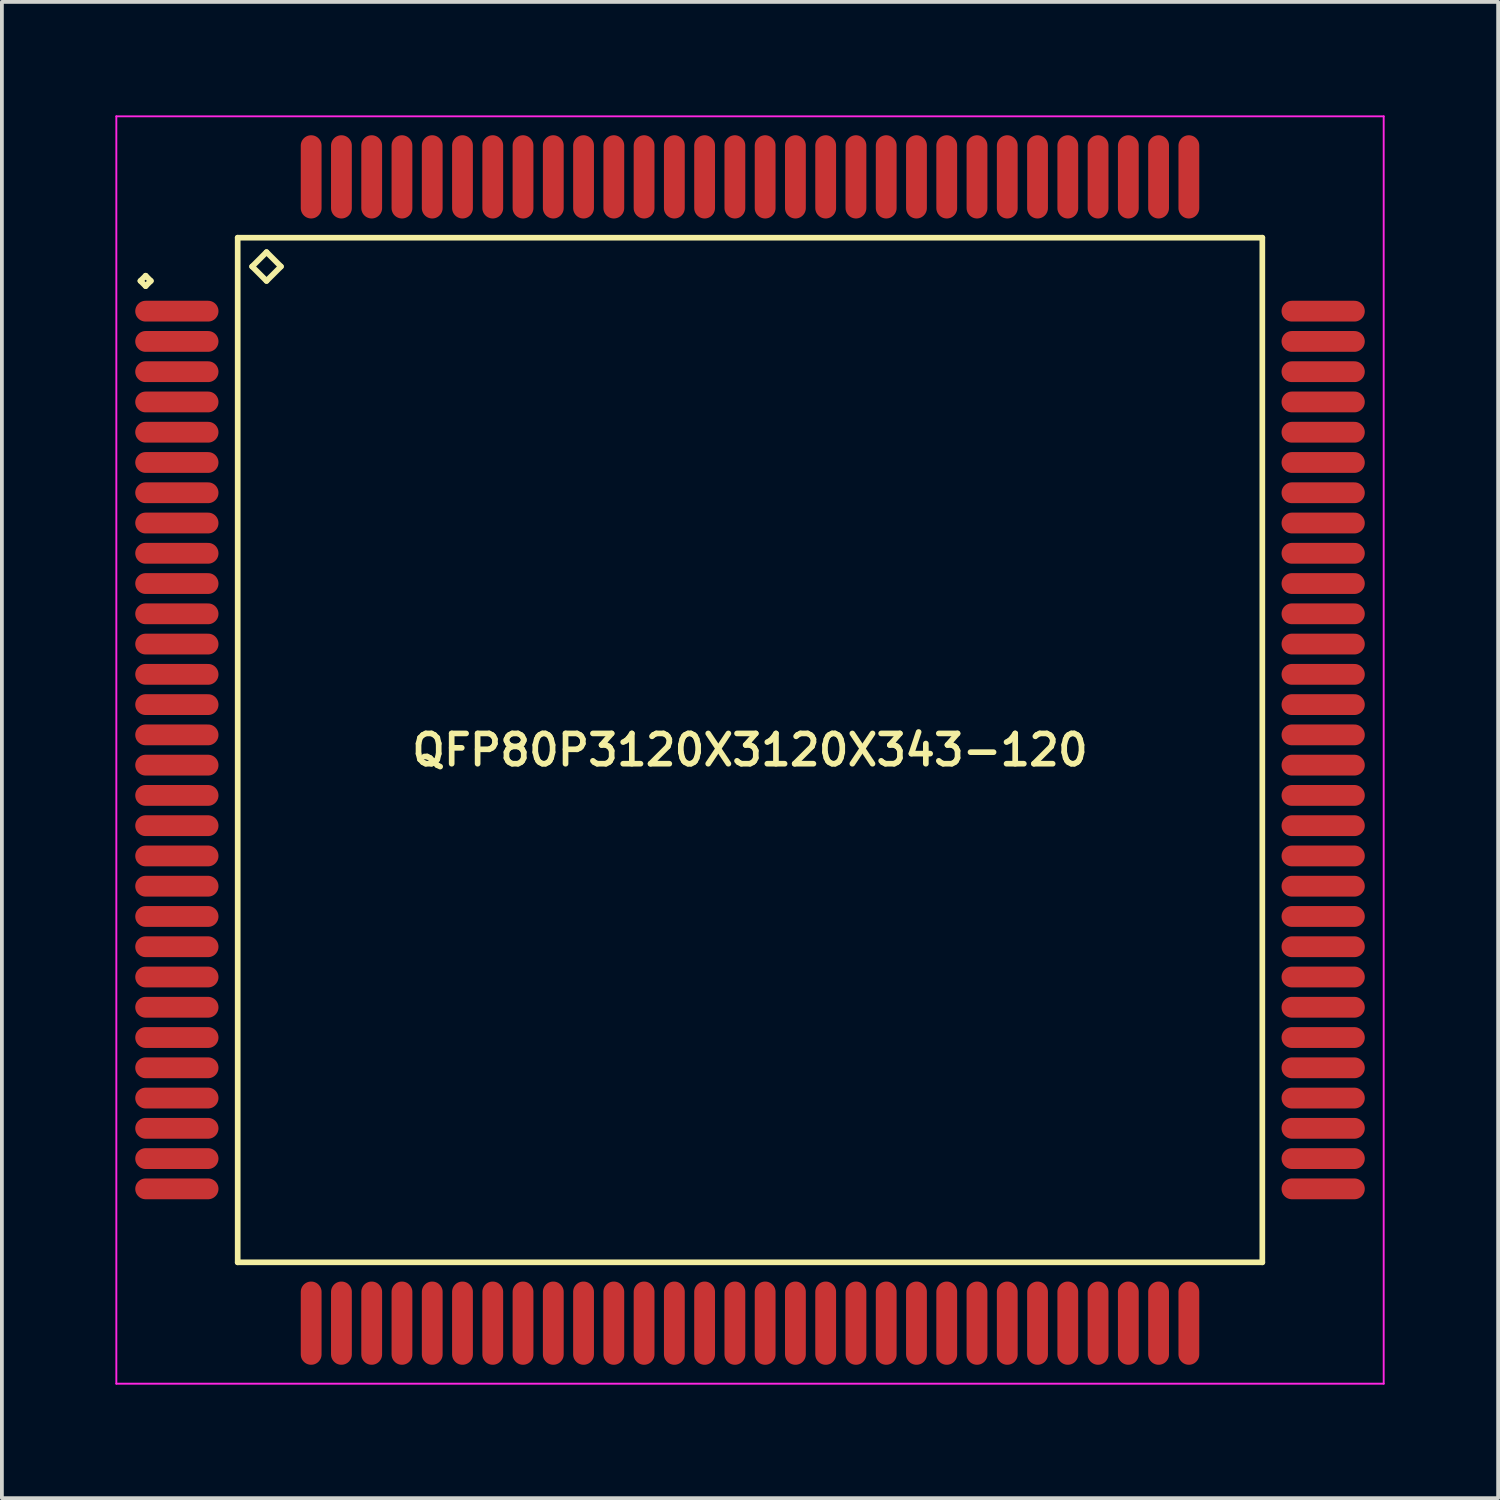
<source format=kicad_pcb>
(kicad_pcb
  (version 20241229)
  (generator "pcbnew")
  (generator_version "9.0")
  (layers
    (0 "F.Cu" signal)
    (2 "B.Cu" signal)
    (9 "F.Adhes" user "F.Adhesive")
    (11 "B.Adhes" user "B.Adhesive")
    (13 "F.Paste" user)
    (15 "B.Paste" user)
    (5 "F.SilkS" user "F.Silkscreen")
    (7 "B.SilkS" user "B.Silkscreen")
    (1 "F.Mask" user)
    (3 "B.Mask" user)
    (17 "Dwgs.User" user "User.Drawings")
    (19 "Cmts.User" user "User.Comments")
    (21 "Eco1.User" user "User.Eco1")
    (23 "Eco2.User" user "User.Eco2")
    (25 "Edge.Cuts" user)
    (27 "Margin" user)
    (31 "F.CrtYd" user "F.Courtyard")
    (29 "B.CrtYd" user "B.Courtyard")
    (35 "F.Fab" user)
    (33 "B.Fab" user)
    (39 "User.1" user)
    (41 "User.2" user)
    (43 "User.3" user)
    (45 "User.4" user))
  (footprint "QFP80P3120X3120X343-120"
    (layer "F.Cu")
    (at 16.775 16.775)
    (property "Reference" "QFP80P3120X3120X343-120" (at 0 0 0) (layer "F.SilkS") (effects (font (size 0.8 0.8) (thickness 0.15))))
    (attr smd)
    (fp_line (start -16.113 -12.4) (end -15.975 -12.537) (stroke (width 0.15) (type solid)) (layer "F.SilkS"))
    (fp_line (start -15.975 -12.537) (end -15.838 -12.4) (stroke (width 0.15) (type solid)) (layer "F.SilkS"))
    (fp_line (start -15.975 -12.262) (end -16.113 -12.4) (stroke (width 0.15) (type solid)) (layer "F.SilkS"))
    (fp_line (start -15.838 -12.4) (end -15.975 -12.262) (stroke (width 0.15) (type solid)) (layer "F.SilkS"))
    (fp_line (start -13.542 -13.542) (end -13.542 13.542) (stroke (width 0.15) (type solid)) (layer "F.SilkS"))
    (fp_line (start -13.542 13.542) (end 13.542 13.542) (stroke (width 0.15) (type solid)) (layer "F.SilkS"))
    (fp_line (start -13.161 -12.78) (end -12.78 -13.161) (stroke (width 0.15) (type solid)) (layer "F.SilkS"))
    (fp_line (start -12.78 -13.161) (end -12.399 -12.78) (stroke (width 0.15) (type solid)) (layer "F.SilkS"))
    (fp_line (start -12.78 -12.399) (end -13.161 -12.78) (stroke (width 0.15) (type solid)) (layer "F.SilkS"))
    (fp_line (start -12.399 -12.78) (end -12.78 -12.399) (stroke (width 0.15) (type solid)) (layer "F.SilkS"))
    (fp_line (start 13.542 -13.542) (end -13.542 -13.542) (stroke (width 0.15) (type solid)) (layer "F.SilkS"))
    (fp_line (start 13.542 13.542) (end 13.542 -13.542) (stroke (width 0.15) (type solid)) (layer "F.SilkS"))
    (fp_line (start -16.75 -16.75) (end 16.75 -16.75) (stroke (width 0.05) (type solid)) (layer "F.CrtYd"))
    (fp_line (start -16.75 16.75) (end -16.75 -16.75) (stroke (width 0.05) (type solid)) (layer "F.CrtYd"))
    (fp_line (start 16.75 -16.75) (end 16.75 16.75) (stroke (width 0.05) (type solid)) (layer "F.CrtYd"))
    (fp_line (start 16.75 16.75) (end -16.75 16.75) (stroke (width 0.05) (type solid)) (layer "F.CrtYd"))
    (pad "1" smd oval (at -15.15 -11.6) (size 2.2 0.55) (layers "F.Cu" "F.Mask" "F.Paste"))
    (pad "2" smd oval (at -15.15 -10.8) (size 2.2 0.55) (layers "F.Cu" "F.Mask" "F.Paste"))
    (pad "3" smd oval (at -15.15 -10) (size 2.2 0.55) (layers "F.Cu" "F.Mask" "F.Paste"))
    (pad "4" smd oval (at -15.15 -9.2) (size 2.2 0.55) (layers "F.Cu" "F.Mask" "F.Paste"))
    (pad "5" smd oval (at -15.15 -8.4) (size 2.2 0.55) (layers "F.Cu" "F.Mask" "F.Paste"))
    (pad "6" smd oval (at -15.15 -7.6) (size 2.2 0.55) (layers "F.Cu" "F.Mask" "F.Paste"))
    (pad "7" smd oval (at -15.15 -6.8) (size 2.2 0.55) (layers "F.Cu" "F.Mask" "F.Paste"))
    (pad "8" smd oval (at -15.15 -6) (size 2.2 0.55) (layers "F.Cu" "F.Mask" "F.Paste"))
    (pad "9" smd oval (at -15.15 -5.2) (size 2.2 0.55) (layers "F.Cu" "F.Mask" "F.Paste"))
    (pad "10" smd oval (at -15.15 -4.4) (size 2.2 0.55) (layers "F.Cu" "F.Mask" "F.Paste"))
    (pad "11" smd oval (at -15.15 -3.6) (size 2.2 0.55) (layers "F.Cu" "F.Mask" "F.Paste"))
    (pad "12" smd oval (at -15.15 -2.8) (size 2.2 0.55) (layers "F.Cu" "F.Mask" "F.Paste"))
    (pad "13" smd oval (at -15.15 -2) (size 2.2 0.55) (layers "F.Cu" "F.Mask" "F.Paste"))
    (pad "14" smd oval (at -15.15 -1.2) (size 2.2 0.55) (layers "F.Cu" "F.Mask" "F.Paste"))
    (pad "15" smd oval (at -15.15 -0.4) (size 2.2 0.55) (layers "F.Cu" "F.Mask" "F.Paste"))
    (pad "16" smd oval (at -15.15 0.4) (size 2.2 0.55) (layers "F.Cu" "F.Mask" "F.Paste"))
    (pad "17" smd oval (at -15.15 1.2) (size 2.2 0.55) (layers "F.Cu" "F.Mask" "F.Paste"))
    (pad "18" smd oval (at -15.15 2) (size 2.2 0.55) (layers "F.Cu" "F.Mask" "F.Paste"))
    (pad "19" smd oval (at -15.15 2.8) (size 2.2 0.55) (layers "F.Cu" "F.Mask" "F.Paste"))
    (pad "20" smd oval (at -15.15 3.6) (size 2.2 0.55) (layers "F.Cu" "F.Mask" "F.Paste"))
    (pad "21" smd oval (at -15.15 4.4) (size 2.2 0.55) (layers "F.Cu" "F.Mask" "F.Paste"))
    (pad "22" smd oval (at -15.15 5.2) (size 2.2 0.55) (layers "F.Cu" "F.Mask" "F.Paste"))
    (pad "23" smd oval (at -15.15 6) (size 2.2 0.55) (layers "F.Cu" "F.Mask" "F.Paste"))
    (pad "24" smd oval (at -15.15 6.8) (size 2.2 0.55) (layers "F.Cu" "F.Mask" "F.Paste"))
    (pad "25" smd oval (at -15.15 7.6) (size 2.2 0.55) (layers "F.Cu" "F.Mask" "F.Paste"))
    (pad "26" smd oval (at -15.15 8.4) (size 2.2 0.55) (layers "F.Cu" "F.Mask" "F.Paste"))
    (pad "27" smd oval (at -15.15 9.2) (size 2.2 0.55) (layers "F.Cu" "F.Mask" "F.Paste"))
    (pad "28" smd oval (at -15.15 10) (size 2.2 0.55) (layers "F.Cu" "F.Mask" "F.Paste"))
    (pad "29" smd oval (at -15.15 10.8) (size 2.2 0.55) (layers "F.Cu" "F.Mask" "F.Paste"))
    (pad "30" smd oval (at -15.15 11.6) (size 2.2 0.55) (layers "F.Cu" "F.Mask" "F.Paste"))
    (pad "31" smd oval (at -11.6 15.15) (size 0.55 2.2) (layers "F.Cu" "F.Mask" "F.Paste"))
    (pad "32" smd oval (at -10.8 15.15) (size 0.55 2.2) (layers "F.Cu" "F.Mask" "F.Paste"))
    (pad "33" smd oval (at -10 15.15) (size 0.55 2.2) (layers "F.Cu" "F.Mask" "F.Paste"))
    (pad "34" smd oval (at -9.2 15.15) (size 0.55 2.2) (layers "F.Cu" "F.Mask" "F.Paste"))
    (pad "35" smd oval (at -8.4 15.15) (size 0.55 2.2) (layers "F.Cu" "F.Mask" "F.Paste"))
    (pad "36" smd oval (at -7.6 15.15) (size 0.55 2.2) (layers "F.Cu" "F.Mask" "F.Paste"))
    (pad "37" smd oval (at -6.8 15.15) (size 0.55 2.2) (layers "F.Cu" "F.Mask" "F.Paste"))
    (pad "38" smd oval (at -6 15.15) (size 0.55 2.2) (layers "F.Cu" "F.Mask" "F.Paste"))
    (pad "39" smd oval (at -5.2 15.15) (size 0.55 2.2) (layers "F.Cu" "F.Mask" "F.Paste"))
    (pad "40" smd oval (at -4.4 15.15) (size 0.55 2.2) (layers "F.Cu" "F.Mask" "F.Paste"))
    (pad "41" smd oval (at -3.6 15.15) (size 0.55 2.2) (layers "F.Cu" "F.Mask" "F.Paste"))
    (pad "42" smd oval (at -2.8 15.15) (size 0.55 2.2) (layers "F.Cu" "F.Mask" "F.Paste"))
    (pad "43" smd oval (at -2 15.15) (size 0.55 2.2) (layers "F.Cu" "F.Mask" "F.Paste"))
    (pad "44" smd oval (at -1.2 15.15) (size 0.55 2.2) (layers "F.Cu" "F.Mask" "F.Paste"))
    (pad "45" smd oval (at -0.4 15.15) (size 0.55 2.2) (layers "F.Cu" "F.Mask" "F.Paste"))
    (pad "46" smd oval (at 0.4 15.15) (size 0.55 2.2) (layers "F.Cu" "F.Mask" "F.Paste"))
    (pad "47" smd oval (at 1.2 15.15) (size 0.55 2.2) (layers "F.Cu" "F.Mask" "F.Paste"))
    (pad "48" smd oval (at 2 15.15) (size 0.55 2.2) (layers "F.Cu" "F.Mask" "F.Paste"))
    (pad "49" smd oval (at 2.8 15.15) (size 0.55 2.2) (layers "F.Cu" "F.Mask" "F.Paste"))
    (pad "50" smd oval (at 3.6 15.15) (size 0.55 2.2) (layers "F.Cu" "F.Mask" "F.Paste"))
    (pad "51" smd oval (at 4.4 15.15) (size 0.55 2.2) (layers "F.Cu" "F.Mask" "F.Paste"))
    (pad "52" smd oval (at 5.2 15.15) (size 0.55 2.2) (layers "F.Cu" "F.Mask" "F.Paste"))
    (pad "53" smd oval (at 6 15.15) (size 0.55 2.2) (layers "F.Cu" "F.Mask" "F.Paste"))
    (pad "54" smd oval (at 6.8 15.15) (size 0.55 2.2) (layers "F.Cu" "F.Mask" "F.Paste"))
    (pad "55" smd oval (at 7.6 15.15) (size 0.55 2.2) (layers "F.Cu" "F.Mask" "F.Paste"))
    (pad "56" smd oval (at 8.4 15.15) (size 0.55 2.2) (layers "F.Cu" "F.Mask" "F.Paste"))
    (pad "57" smd oval (at 9.2 15.15) (size 0.55 2.2) (layers "F.Cu" "F.Mask" "F.Paste"))
    (pad "58" smd oval (at 10 15.15) (size 0.55 2.2) (layers "F.Cu" "F.Mask" "F.Paste"))
    (pad "59" smd oval (at 10.8 15.15) (size 0.55 2.2) (layers "F.Cu" "F.Mask" "F.Paste"))
    (pad "60" smd oval (at 11.6 15.15) (size 0.55 2.2) (layers "F.Cu" "F.Mask" "F.Paste"))
    (pad "61" smd oval (at 15.15 11.6) (size 2.2 0.55) (layers "F.Cu" "F.Mask" "F.Paste"))
    (pad "62" smd oval (at 15.15 10.8) (size 2.2 0.55) (layers "F.Cu" "F.Mask" "F.Paste"))
    (pad "63" smd oval (at 15.15 10) (size 2.2 0.55) (layers "F.Cu" "F.Mask" "F.Paste"))
    (pad "64" smd oval (at 15.15 9.2) (size 2.2 0.55) (layers "F.Cu" "F.Mask" "F.Paste"))
    (pad "65" smd oval (at 15.15 8.4) (size 2.2 0.55) (layers "F.Cu" "F.Mask" "F.Paste"))
    (pad "66" smd oval (at 15.15 7.6) (size 2.2 0.55) (layers "F.Cu" "F.Mask" "F.Paste"))
    (pad "67" smd oval (at 15.15 6.8) (size 2.2 0.55) (layers "F.Cu" "F.Mask" "F.Paste"))
    (pad "68" smd oval (at 15.15 6) (size 2.2 0.55) (layers "F.Cu" "F.Mask" "F.Paste"))
    (pad "69" smd oval (at 15.15 5.2) (size 2.2 0.55) (layers "F.Cu" "F.Mask" "F.Paste"))
    (pad "70" smd oval (at 15.15 4.4) (size 2.2 0.55) (layers "F.Cu" "F.Mask" "F.Paste"))
    (pad "71" smd oval (at 15.15 3.6) (size 2.2 0.55) (layers "F.Cu" "F.Mask" "F.Paste"))
    (pad "72" smd oval (at 15.15 2.8) (size 2.2 0.55) (layers "F.Cu" "F.Mask" "F.Paste"))
    (pad "73" smd oval (at 15.15 2) (size 2.2 0.55) (layers "F.Cu" "F.Mask" "F.Paste"))
    (pad "74" smd oval (at 15.15 1.2) (size 2.2 0.55) (layers "F.Cu" "F.Mask" "F.Paste"))
    (pad "75" smd oval (at 15.15 0.4) (size 2.2 0.55) (layers "F.Cu" "F.Mask" "F.Paste"))
    (pad "76" smd oval (at 15.15 -0.4) (size 2.2 0.55) (layers "F.Cu" "F.Mask" "F.Paste"))
    (pad "77" smd oval (at 15.15 -1.2) (size 2.2 0.55) (layers "F.Cu" "F.Mask" "F.Paste"))
    (pad "78" smd oval (at 15.15 -2) (size 2.2 0.55) (layers "F.Cu" "F.Mask" "F.Paste"))
    (pad "79" smd oval (at 15.15 -2.8) (size 2.2 0.55) (layers "F.Cu" "F.Mask" "F.Paste"))
    (pad "80" smd oval (at 15.15 -3.6) (size 2.2 0.55) (layers "F.Cu" "F.Mask" "F.Paste"))
    (pad "81" smd oval (at 15.15 -4.4) (size 2.2 0.55) (layers "F.Cu" "F.Mask" "F.Paste"))
    (pad "82" smd oval (at 15.15 -5.2) (size 2.2 0.55) (layers "F.Cu" "F.Mask" "F.Paste"))
    (pad "83" smd oval (at 15.15 -6) (size 2.2 0.55) (layers "F.Cu" "F.Mask" "F.Paste"))
    (pad "84" smd oval (at 15.15 -6.8) (size 2.2 0.55) (layers "F.Cu" "F.Mask" "F.Paste"))
    (pad "85" smd oval (at 15.15 -7.6) (size 2.2 0.55) (layers "F.Cu" "F.Mask" "F.Paste"))
    (pad "86" smd oval (at 15.15 -8.4) (size 2.2 0.55) (layers "F.Cu" "F.Mask" "F.Paste"))
    (pad "87" smd oval (at 15.15 -9.2) (size 2.2 0.55) (layers "F.Cu" "F.Mask" "F.Paste"))
    (pad "88" smd oval (at 15.15 -10) (size 2.2 0.55) (layers "F.Cu" "F.Mask" "F.Paste"))
    (pad "89" smd oval (at 15.15 -10.8) (size 2.2 0.55) (layers "F.Cu" "F.Mask" "F.Paste"))
    (pad "90" smd oval (at 15.15 -11.6) (size 2.2 0.55) (layers "F.Cu" "F.Mask" "F.Paste"))
    (pad "91" smd oval (at 11.6 -15.15) (size 0.55 2.2) (layers "F.Cu" "F.Mask" "F.Paste"))
    (pad "92" smd oval (at 10.8 -15.15) (size 0.55 2.2) (layers "F.Cu" "F.Mask" "F.Paste"))
    (pad "93" smd oval (at 10 -15.15) (size 0.55 2.2) (layers "F.Cu" "F.Mask" "F.Paste"))
    (pad "94" smd oval (at 9.2 -15.15) (size 0.55 2.2) (layers "F.Cu" "F.Mask" "F.Paste"))
    (pad "95" smd oval (at 8.4 -15.15) (size 0.55 2.2) (layers "F.Cu" "F.Mask" "F.Paste"))
    (pad "96" smd oval (at 7.6 -15.15) (size 0.55 2.2) (layers "F.Cu" "F.Mask" "F.Paste"))
    (pad "97" smd oval (at 6.8 -15.15) (size 0.55 2.2) (layers "F.Cu" "F.Mask" "F.Paste"))
    (pad "98" smd oval (at 6 -15.15) (size 0.55 2.2) (layers "F.Cu" "F.Mask" "F.Paste"))
    (pad "99" smd oval (at 5.2 -15.15) (size 0.55 2.2) (layers "F.Cu" "F.Mask" "F.Paste"))
    (pad "100" smd oval (at 4.4 -15.15) (size 0.55 2.2) (layers "F.Cu" "F.Mask" "F.Paste"))
    (pad "101" smd oval (at 3.6 -15.15) (size 0.55 2.2) (layers "F.Cu" "F.Mask" "F.Paste"))
    (pad "102" smd oval (at 2.8 -15.15) (size 0.55 2.2) (layers "F.Cu" "F.Mask" "F.Paste"))
    (pad "103" smd oval (at 2 -15.15) (size 0.55 2.2) (layers "F.Cu" "F.Mask" "F.Paste"))
    (pad "104" smd oval (at 1.2 -15.15) (size 0.55 2.2) (layers "F.Cu" "F.Mask" "F.Paste"))
    (pad "105" smd oval (at 0.4 -15.15) (size 0.55 2.2) (layers "F.Cu" "F.Mask" "F.Paste"))
    (pad "106" smd oval (at -0.4 -15.15) (size 0.55 2.2) (layers "F.Cu" "F.Mask" "F.Paste"))
    (pad "107" smd oval (at -1.2 -15.15) (size 0.55 2.2) (layers "F.Cu" "F.Mask" "F.Paste"))
    (pad "108" smd oval (at -2 -15.15) (size 0.55 2.2) (layers "F.Cu" "F.Mask" "F.Paste"))
    (pad "109" smd oval (at -2.8 -15.15) (size 0.55 2.2) (layers "F.Cu" "F.Mask" "F.Paste"))
    (pad "110" smd oval (at -3.6 -15.15) (size 0.55 2.2) (layers "F.Cu" "F.Mask" "F.Paste"))
    (pad "111" smd oval (at -4.4 -15.15) (size 0.55 2.2) (layers "F.Cu" "F.Mask" "F.Paste"))
    (pad "112" smd oval (at -5.2 -15.15) (size 0.55 2.2) (layers "F.Cu" "F.Mask" "F.Paste"))
    (pad "113" smd oval (at -6 -15.15) (size 0.55 2.2) (layers "F.Cu" "F.Mask" "F.Paste"))
    (pad "114" smd oval (at -6.8 -15.15) (size 0.55 2.2) (layers "F.Cu" "F.Mask" "F.Paste"))
    (pad "115" smd oval (at -7.6 -15.15) (size 0.55 2.2) (layers "F.Cu" "F.Mask" "F.Paste"))
    (pad "116" smd oval (at -8.4 -15.15) (size 0.55 2.2) (layers "F.Cu" "F.Mask" "F.Paste"))
    (pad "117" smd oval (at -9.2 -15.15) (size 0.55 2.2) (layers "F.Cu" "F.Mask" "F.Paste"))
    (pad "118" smd oval (at -10 -15.15) (size 0.55 2.2) (layers "F.Cu" "F.Mask" "F.Paste"))
    (pad "119" smd oval (at -10.8 -15.15) (size 0.55 2.2) (layers "F.Cu" "F.Mask" "F.Paste"))
    (pad "120" smd oval (at -11.6 -15.15) (size 0.55 2.2) (layers "F.Cu" "F.Mask" "F.Paste")))
  (gr_rect
    (start -3 -3)
    (end 36.55 36.55)
    (stroke (width 0.1) (type default))
    (fill no)
    (layer "Edge.Cuts")))
</source>
